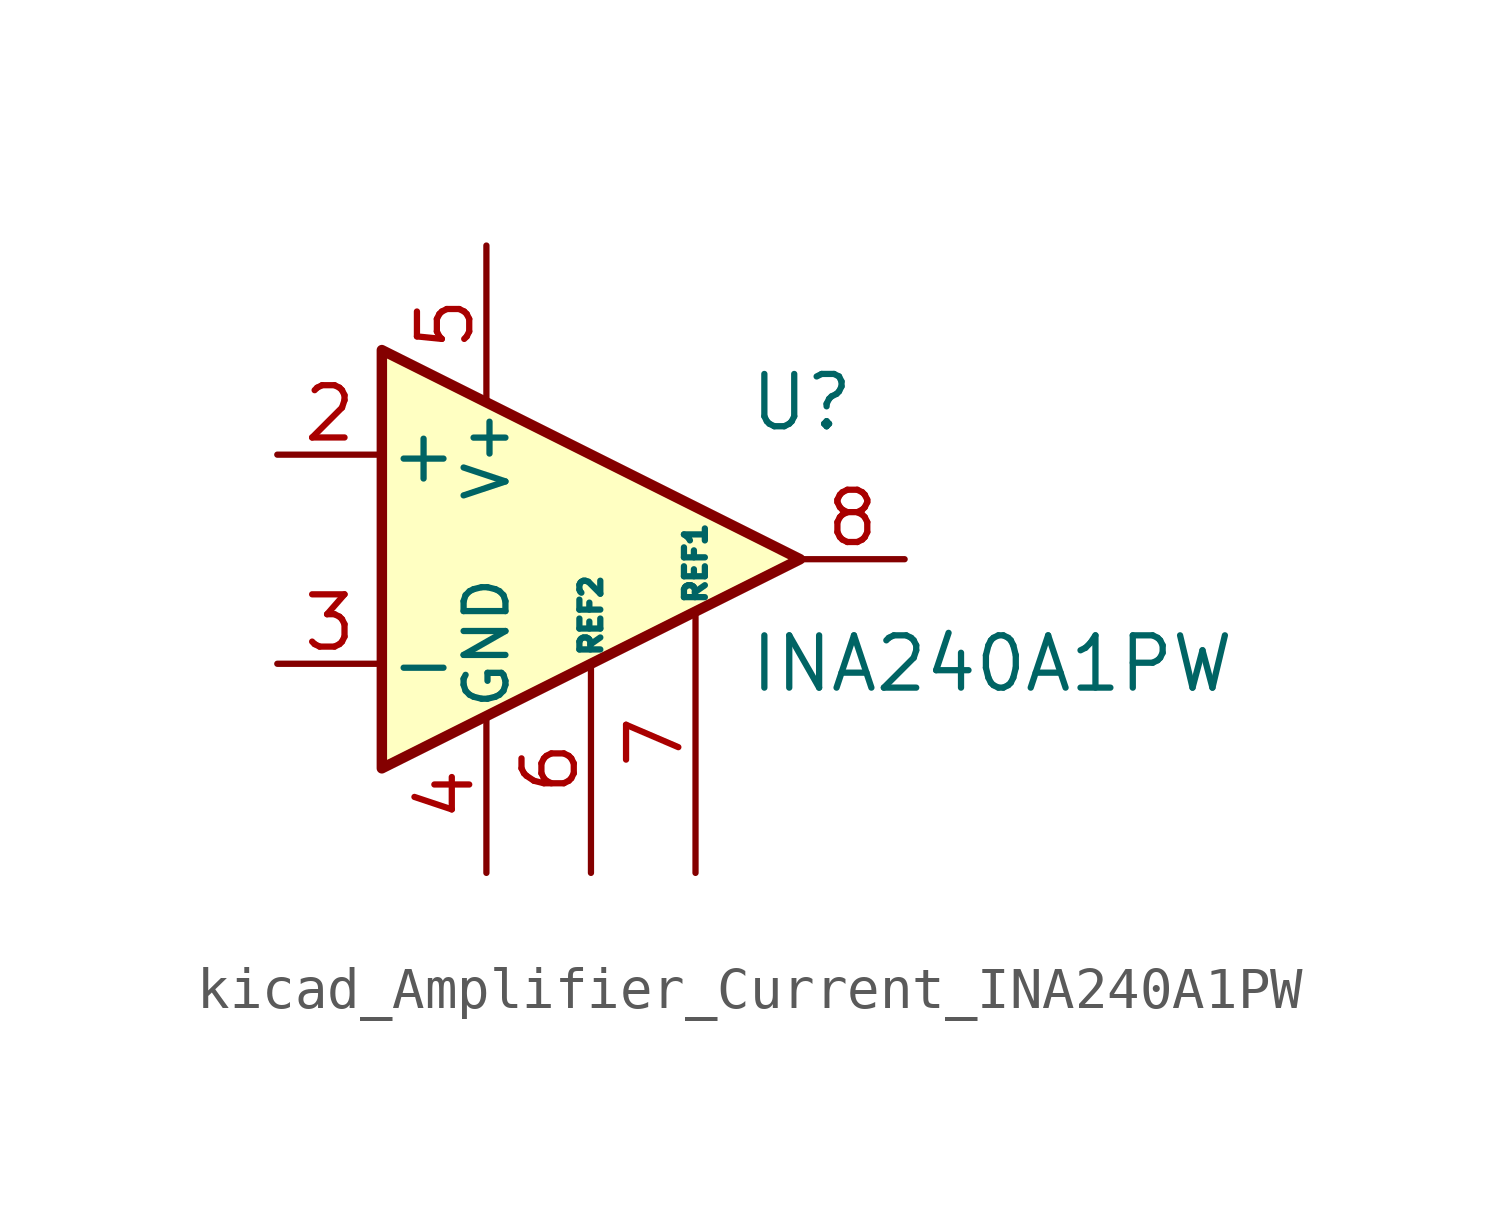
<source format=kicad_sym>
(kicad_symbol_lib
  (version 20220914)
  (generator kicad_symbol_editor)
  (symbol "kicad_Amplifier_Current_INA240A1PW"
    (pin_names
      (offset 0.127))
    (property "Reference" "U"
      (at 3.81 3.81 0)
      (effects (font (size 1.27 1.27)) (justify left)))
    (property "Value" "INA240A1PW"
      (at 3.81 -2.54 0)
      (effects (font (size 1.27 1.27)) (justify left)))
    (symbol "kicad_Amplifier_Current_INA240A1PW_0_1"
      (polyline (pts (xy 5.08 0) (xy -5.08 5.08) (xy -5.08 -5.08) (xy 5.08 0)) (stroke (width 0.254) (type default)) (fill (type background))))
    (symbol "kicad_Amplifier_Current_INA240A1PW_1_1"
      (pin passive line (at -2.54 -7.62 90) (length 3.81) hide (name "GND" (effects (font (size 1.016 1.016)))) (number "1" (effects (font (size 1.27 1.27)))))
      (pin input line (at -7.62 2.54 0) (length 2.54) (name "+" (effects (font (size 1.27 1.27)))) (number "2" (effects (font (size 1.27 1.27)))))
      (pin input line (at -7.62 -2.54 0) (length 2.54) (name "-" (effects (font (size 1.27 1.27)))) (number "3" (effects (font (size 1.27 1.27)))))
      (pin power_in line (at -2.54 -7.62 90) (length 3.81) (name "GND" (effects (font (size 1.016 1.016)))) (number "4" (effects (font (size 1.27 1.27)))))
      (pin power_in line (at -2.54 7.62 270) (length 3.81) (name "V+" (effects (font (size 1.016 1.016)))) (number "5" (effects (font (size 1.27 1.27)))))
      (pin passive line (at 0 -7.62 90) (length 5.08) (name "REF2" (effects (font (size 0.508 0.508)))) (number "6" (effects (font (size 1.27 1.27)))))
      (pin passive line (at 2.54 -7.62 90) (length 6.35) (name "REF1" (effects (font (size 0.508 0.508)))) (number "7" (effects (font (size 1.27 1.27)))))
      (pin output line (at 7.62 0 180) (length 2.54) (name "~" (effects (font (size 1.27 1.27)))) (number "8" (effects (font (size 1.27 1.27))))))))
</source>
